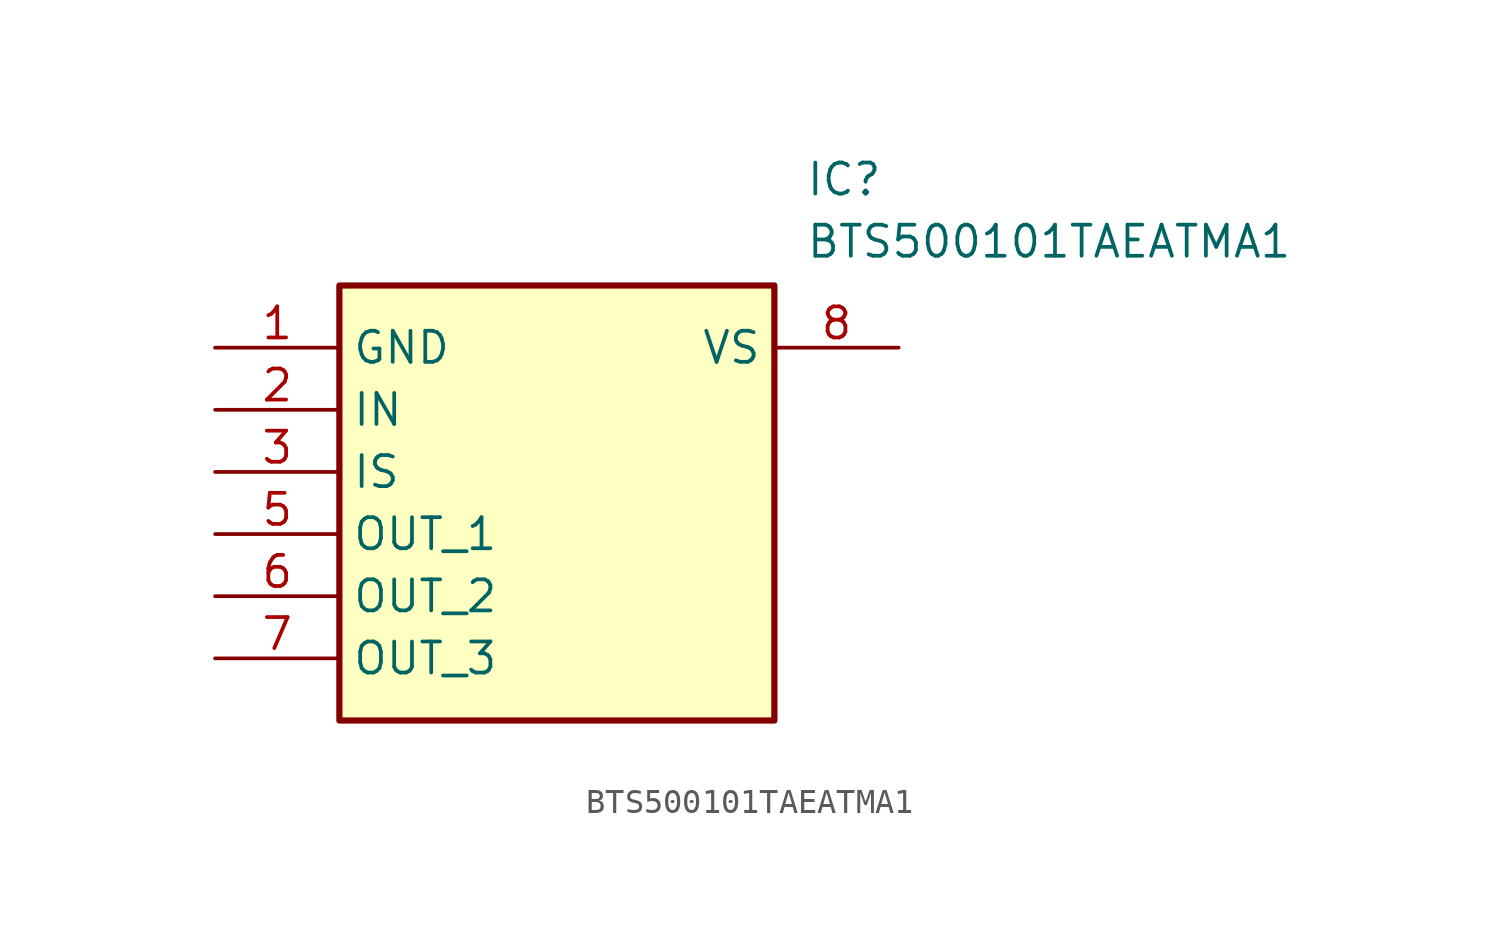
<source format=kicad_sym>
(kicad_symbol_lib
  (version 20211014)
  (generator SamacSys_ECAD_Model)
  (symbol "BTS500101TAEATMA1"
    (property "Reference" "IC"
      (at 24.13 7.62 0)
      (effects (font (size 1.27 1.27)) (justify left top)))
    (property "Value" "BTS500101TAEATMA1"
      (at 24.13 5.08 0)
      (effects (font (size 1.27 1.27)) (justify left top)))
    (rectangle
      (start 5.08 2.54)
      (end 22.86 -15.24)
      (stroke (width 0.254) (type default))
      (fill (type background)))
    (pin passive line
      (at 0 0 0)
      (length 5.08)
      (name "GND" (effects (font (size 1.27 1.27))))
      (number "1" (effects (font (size 1.27 1.27)))))
    (pin passive line
      (at 0 -2.54 0)
      (length 5.08)
      (name "IN" (effects (font (size 1.27 1.27))))
      (number "2" (effects (font (size 1.27 1.27)))))
    (pin passive line
      (at 0 -5.08 0)
      (length 5.08)
      (name "IS" (effects (font (size 1.27 1.27))))
      (number "3" (effects (font (size 1.27 1.27)))))
    (pin passive line
      (at 0 -7.62 0)
      (length 5.08)
      (name "OUT_1" (effects (font (size 1.27 1.27))))
      (number "5" (effects (font (size 1.27 1.27)))))
    (pin passive line
      (at 0 -10.16 0)
      (length 5.08)
      (name "OUT_2" (effects (font (size 1.27 1.27))))
      (number "6" (effects (font (size 1.27 1.27)))))
    (pin passive line
      (at 0 -12.7 0)
      (length 5.08)
      (name "OUT_3" (effects (font (size 1.27 1.27))))
      (number "7" (effects (font (size 1.27 1.27)))))
    (pin passive line
      (at 27.94 0 180)
      (length 5.08)
      (name "VS" (effects (font (size 1.27 1.27))))
      (number "8" (effects (font (size 1.27 1.27)))))))
</source>
